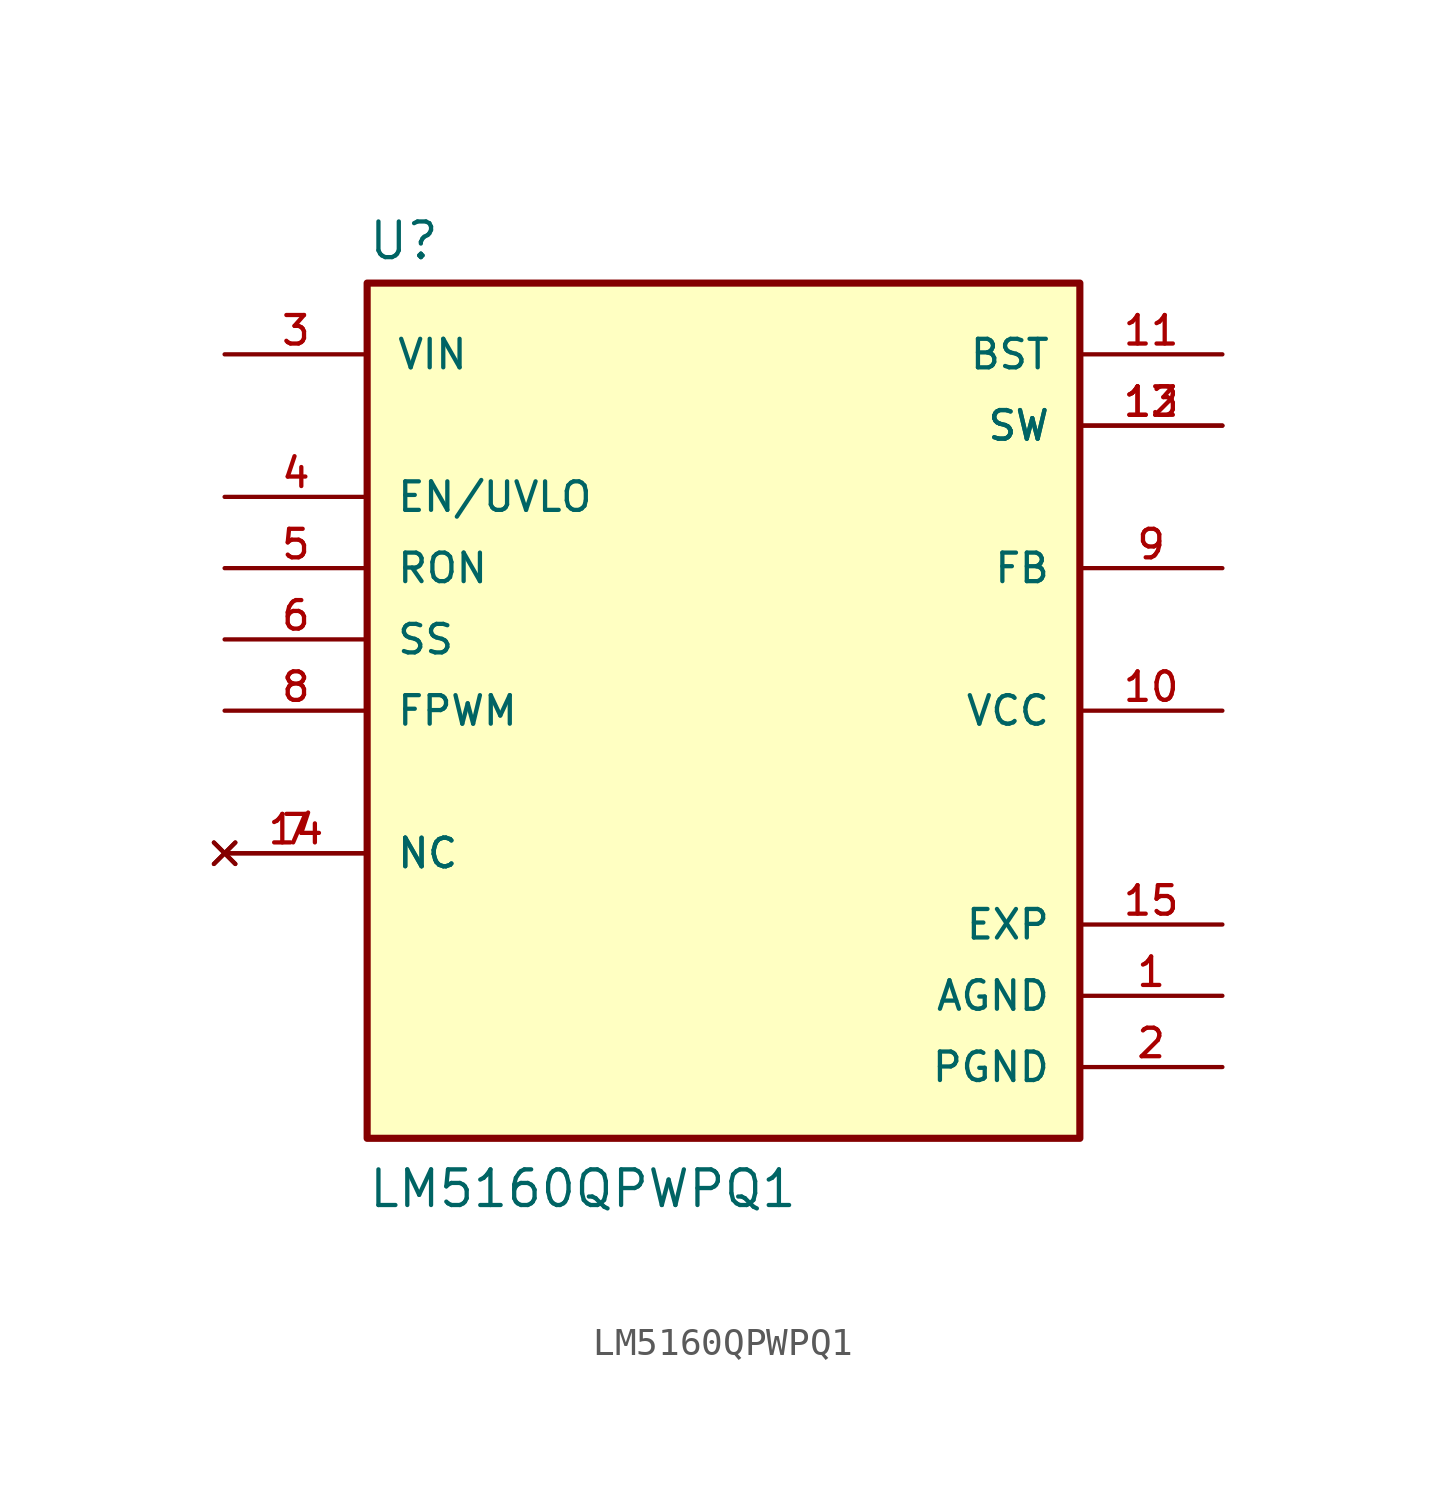
<source format=kicad_sym>
(kicad_symbol_lib
  (version 20211014)
  (generator kicad_symbol_editor)
  (symbol "LM5160QPWPQ1"
    (pin_names
      (offset 1.016))
    (property "Reference" "U"
      (at -12.7 16.002 0)
      (effects (font (size 1.27 1.27)) (justify bottom left)))
    (property "Value" "LM5160QPWPQ1"
      (at -12.7 -17.78 0)
      (effects (font (size 1.27 1.27)) (justify bottom left)))
    (symbol "LM5160QPWPQ1_0_0"
      (rectangle (start -12.7 -15.24) (end 12.7 15.24) (stroke (width 0.254)) (fill (type background)))
      (pin power_in line (at 17.78 -10.16 180.0) (length 5.08) (name "AGND" (effects (font (size 1.016 1.016)))) (number "1" (effects (font (size 1.016 1.016)))))
      (pin power_in line (at 17.78 -12.7 180.0) (length 5.08) (name "PGND" (effects (font (size 1.016 1.016)))) (number "2" (effects (font (size 1.016 1.016)))))
      (pin input line (at -17.78 12.7 0) (length 5.08) (name "VIN" (effects (font (size 1.016 1.016)))) (number "3" (effects (font (size 1.016 1.016)))))
      (pin input line (at -17.78 7.62 0) (length 5.08) (name "EN/UVLO" (effects (font (size 1.016 1.016)))) (number "4" (effects (font (size 1.016 1.016)))))
      (pin input line (at -17.78 5.08 0) (length 5.08) (name "RON" (effects (font (size 1.016 1.016)))) (number "5" (effects (font (size 1.016 1.016)))))
      (pin no_connect line (at -17.78 -5.08 0) (length 5.08) (name "NC" (effects (font (size 1.016 1.016)))) (number "7" (effects (font (size 1.016 1.016)))))
      (pin no_connect line (at -17.78 -5.08 0) (length 5.08) (name "NC" (effects (font (size 1.016 1.016)))) (number "14" (effects (font (size 1.016 1.016)))))
      (pin input line (at -17.78 0.0 0) (length 5.08) (name "FPWM" (effects (font (size 1.016 1.016)))) (number "8" (effects (font (size 1.016 1.016)))))
      (pin input line (at 17.78 5.08 180.0) (length 5.08) (name "FB" (effects (font (size 1.016 1.016)))) (number "9" (effects (font (size 1.016 1.016)))))
      (pin output line (at 17.78 0.0 180.0) (length 5.08) (name "VCC" (effects (font (size 1.016 1.016)))) (number "10" (effects (font (size 1.016 1.016)))))
      (pin passive line (at 17.78 12.7 180.0) (length 5.08) (name "BST" (effects (font (size 1.016 1.016)))) (number "11" (effects (font (size 1.016 1.016)))))
      (pin output line (at 17.78 10.16 180.0) (length 5.08) (name "SW" (effects (font (size 1.016 1.016)))) (number "12" (effects (font (size 1.016 1.016)))))
      (pin output line (at 17.78 10.16 180.0) (length 5.08) (name "SW" (effects (font (size 1.016 1.016)))) (number "13" (effects (font (size 1.016 1.016)))))
      (pin input line (at -17.78 2.54 0) (length 5.08) (name "SS" (effects (font (size 1.016 1.016)))) (number "6" (effects (font (size 1.016 1.016)))))
      (pin power_in line (at 17.78 -7.62 180.0) (length 5.08) (name "EXP" (effects (font (size 1.016 1.016)))) (number "15" (effects (font (size 1.016 1.016))))))))
</source>
